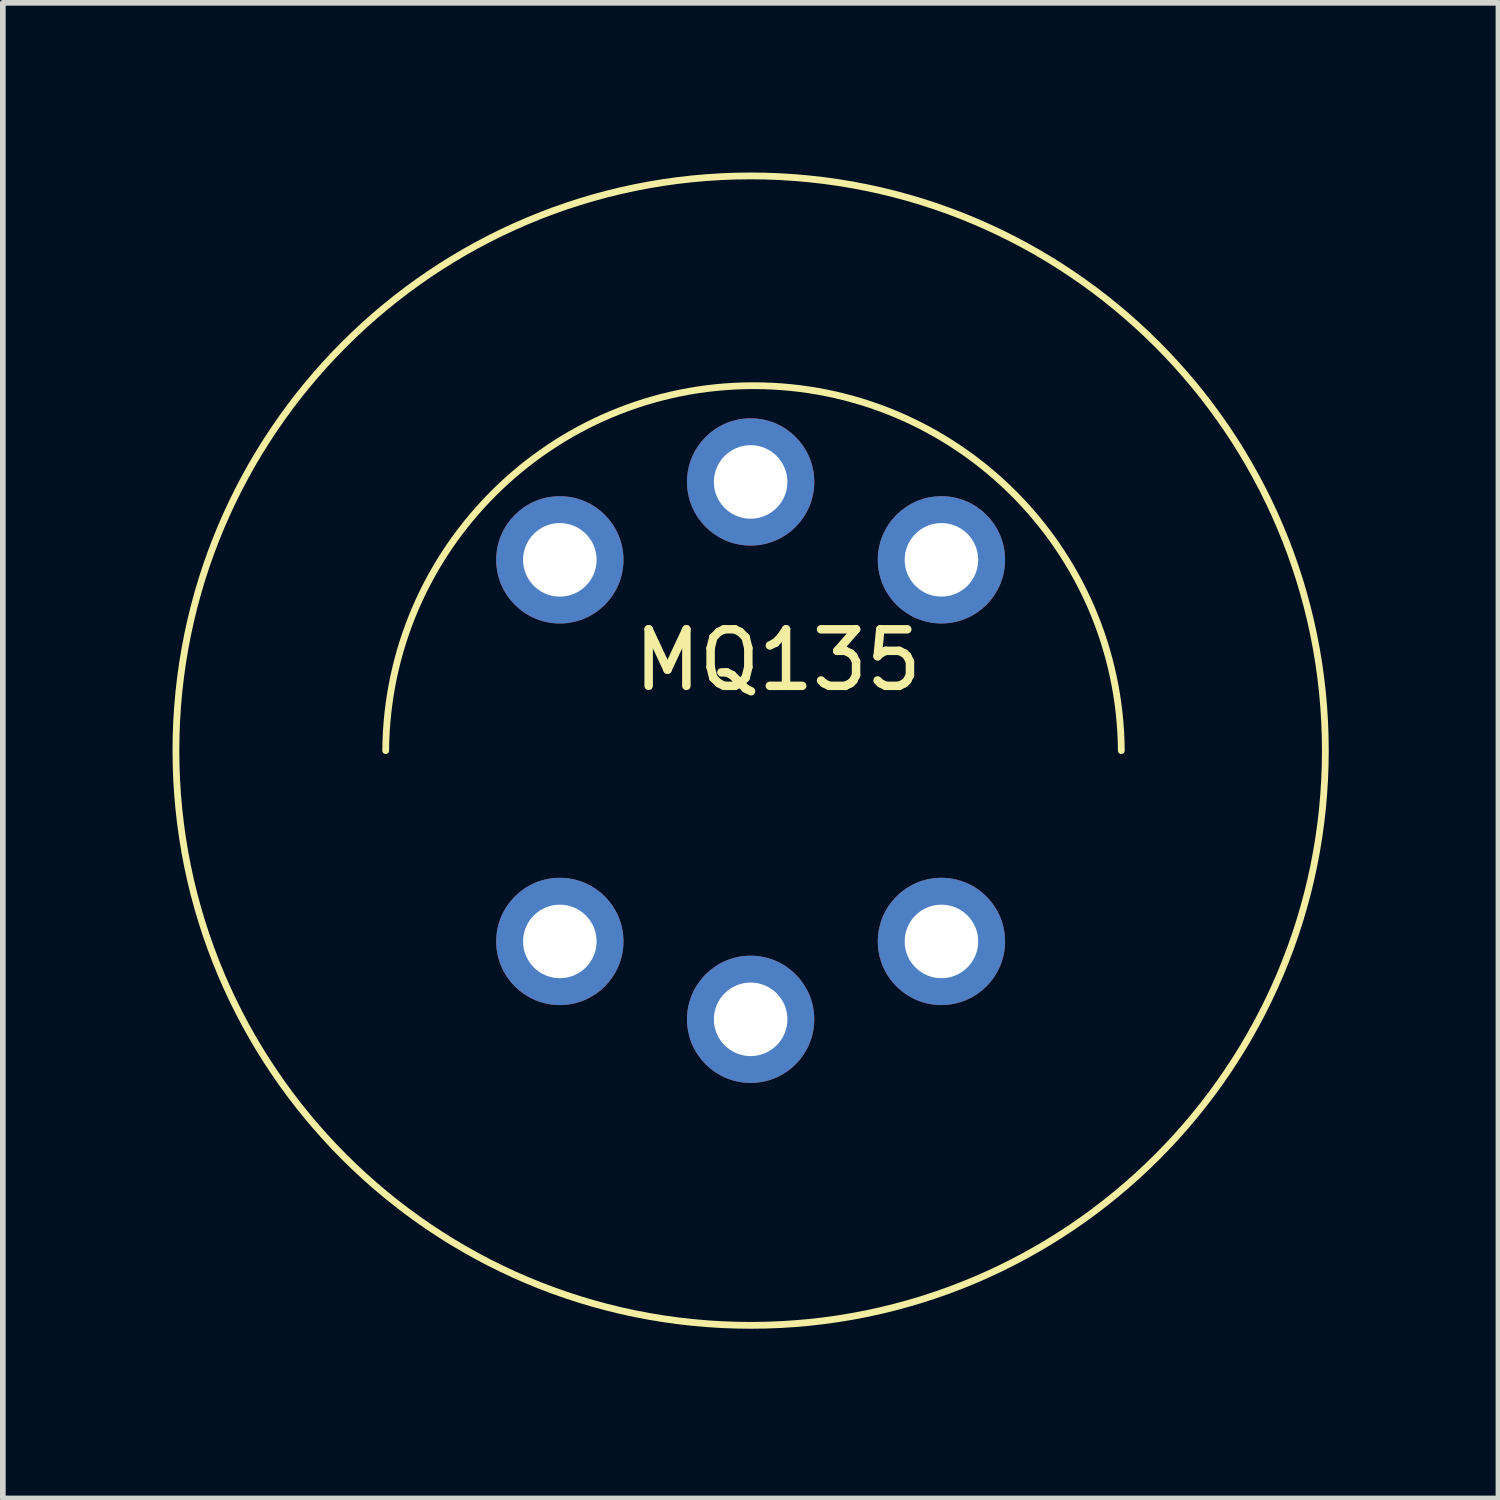
<source format=kicad_pcb>
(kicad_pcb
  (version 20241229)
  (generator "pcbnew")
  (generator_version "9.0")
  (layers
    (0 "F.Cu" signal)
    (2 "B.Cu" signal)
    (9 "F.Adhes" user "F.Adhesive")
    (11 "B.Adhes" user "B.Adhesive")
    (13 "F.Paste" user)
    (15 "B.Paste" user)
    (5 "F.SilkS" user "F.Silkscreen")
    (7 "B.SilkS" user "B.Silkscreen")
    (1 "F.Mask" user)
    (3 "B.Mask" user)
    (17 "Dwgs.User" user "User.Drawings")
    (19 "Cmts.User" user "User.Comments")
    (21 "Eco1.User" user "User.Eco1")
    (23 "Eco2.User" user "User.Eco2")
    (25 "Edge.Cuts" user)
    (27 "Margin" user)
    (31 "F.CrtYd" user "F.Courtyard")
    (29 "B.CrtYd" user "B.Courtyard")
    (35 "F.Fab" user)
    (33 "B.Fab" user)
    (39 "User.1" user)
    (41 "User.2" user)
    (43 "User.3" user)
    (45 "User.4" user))
  (footprint "MQ135"
    (layer "F.Cu")
    (at 10.22 10.22)
    (property "Reference" "MQ135" (at 0.483 -1.6 0) (layer "F.SilkS") (effects (font (size 1 1) (thickness 0.15))))
    (attr through_hole)
    (fp_arc (start -6.451599 -0.000001) (mid 0.050801 -6.451797) (end 6.553199 0.000001) (stroke (width 0.12) (type solid)) (layer "F.SilkS"))
    (fp_circle (center 0 0) (end 10.16 0) (stroke (width 0.12) (type solid)) (fill no) (layer "F.SilkS"))
    (pad "1" thru_hole circle (at -3.373 -3.373) (size 2.25 2.25) (drill 1.3) (layers "*.Cu" "*.Mask"))
    (pad "2" thru_hole circle (at 0 -4.75) (size 2.25 2.25) (drill 1.3) (layers "*.Cu" "*.Mask"))
    (pad "3" thru_hole circle (at 3.373 -3.373) (size 2.25 2.25) (drill 1.3) (layers "*.Cu" "*.Mask"))
    (pad "4" thru_hole circle (at 3.373 3.373) (size 2.25 2.25) (drill 1.3) (layers "*.Cu" "*.Mask"))
    (pad "5" thru_hole circle (at 0 4.75) (size 2.25 2.25) (drill 1.3) (layers "*.Cu" "*.Mask"))
    (pad "6" thru_hole circle (at -3.373 3.373) (size 2.25 2.25) (drill 1.3) (layers "*.Cu" "*.Mask")))
  (gr_rect
    (start -3 -3)
    (end 23.44 23.44)
    (stroke (width 0.1) (type default))
    (fill no)
    (layer "Edge.Cuts")))
</source>
